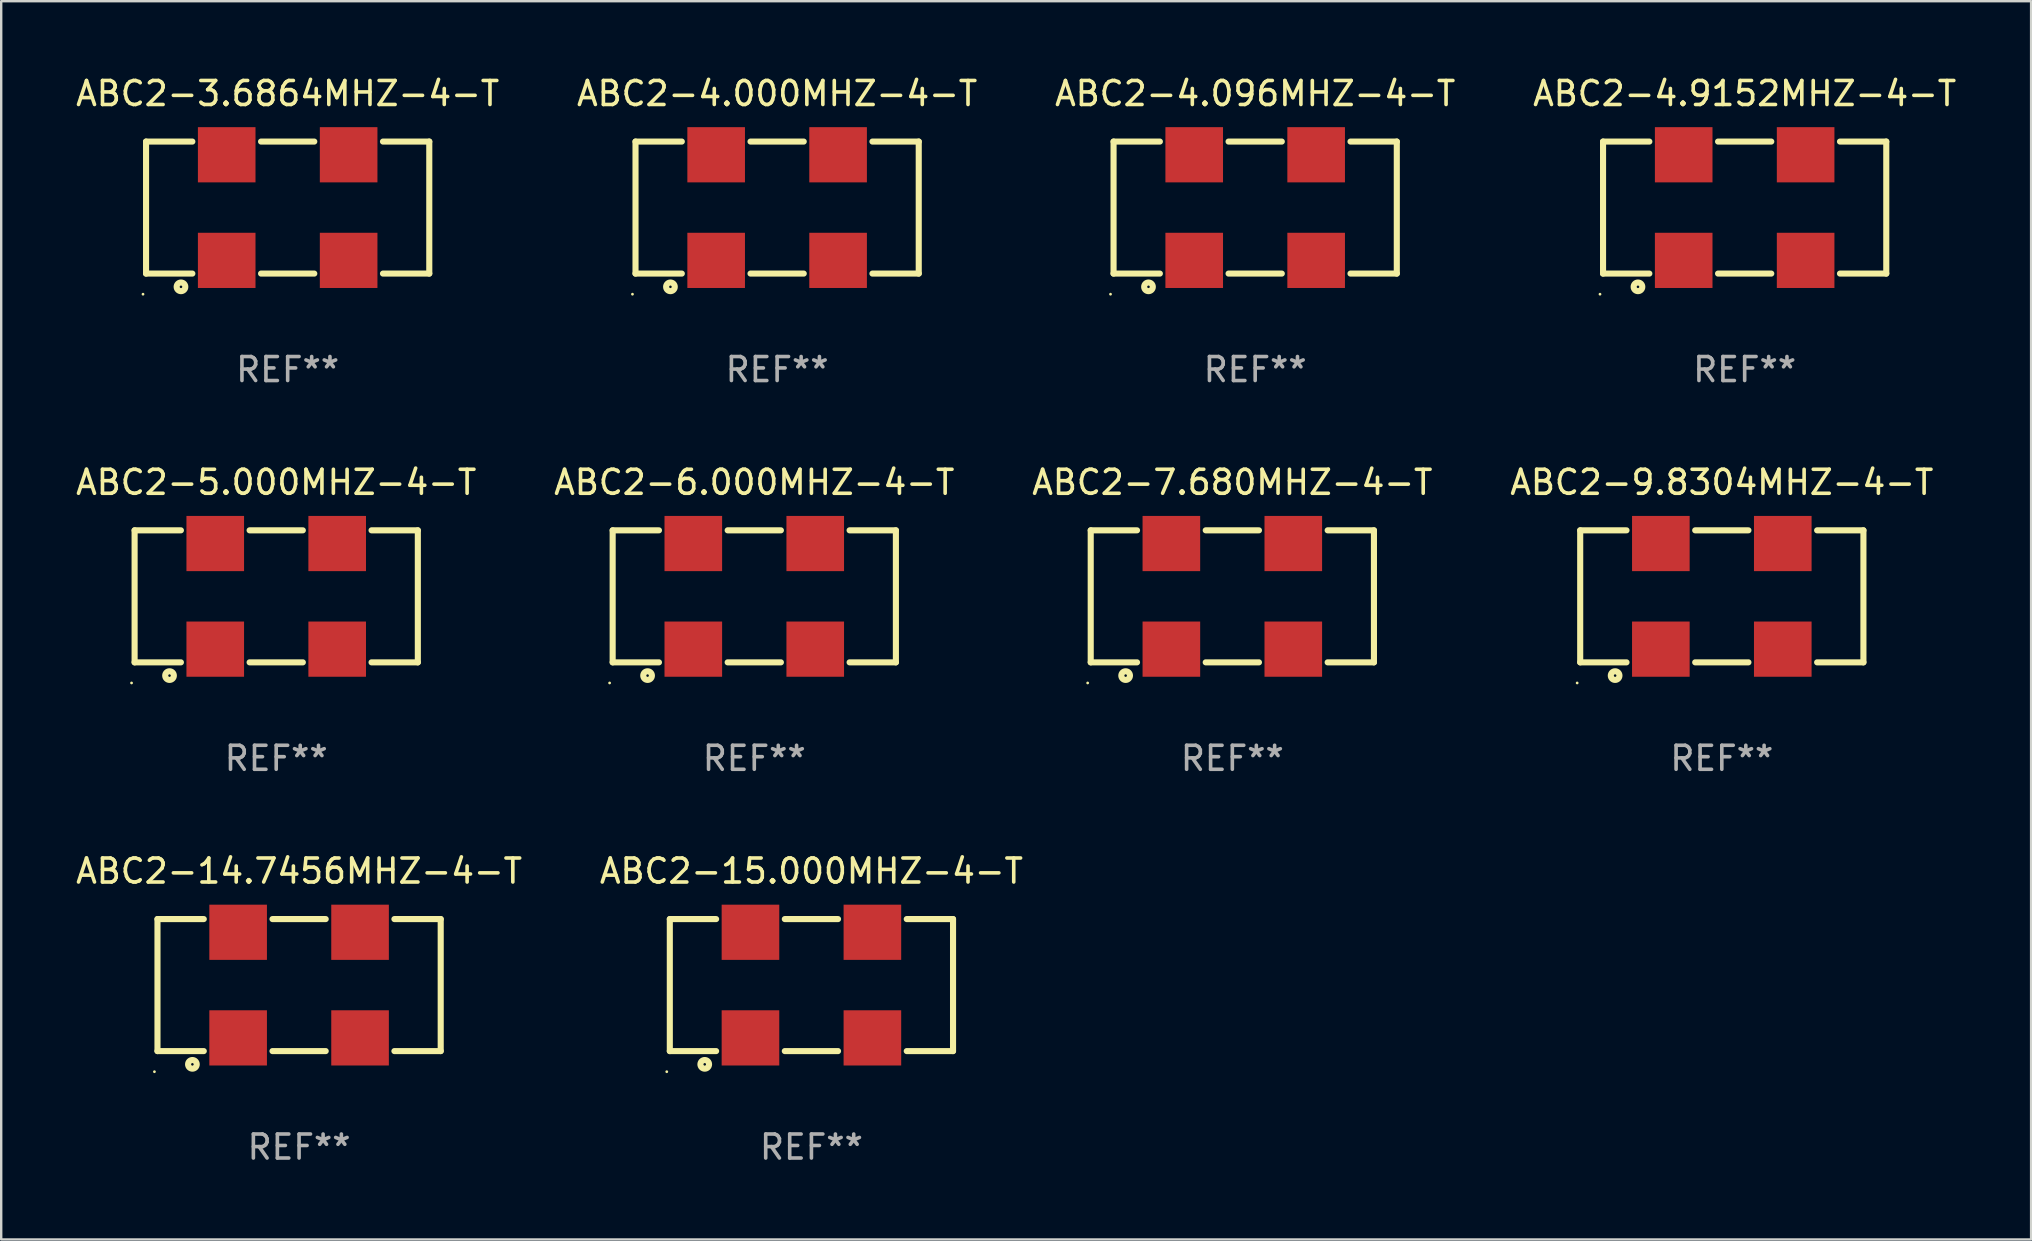
<source format=kicad_pcb>
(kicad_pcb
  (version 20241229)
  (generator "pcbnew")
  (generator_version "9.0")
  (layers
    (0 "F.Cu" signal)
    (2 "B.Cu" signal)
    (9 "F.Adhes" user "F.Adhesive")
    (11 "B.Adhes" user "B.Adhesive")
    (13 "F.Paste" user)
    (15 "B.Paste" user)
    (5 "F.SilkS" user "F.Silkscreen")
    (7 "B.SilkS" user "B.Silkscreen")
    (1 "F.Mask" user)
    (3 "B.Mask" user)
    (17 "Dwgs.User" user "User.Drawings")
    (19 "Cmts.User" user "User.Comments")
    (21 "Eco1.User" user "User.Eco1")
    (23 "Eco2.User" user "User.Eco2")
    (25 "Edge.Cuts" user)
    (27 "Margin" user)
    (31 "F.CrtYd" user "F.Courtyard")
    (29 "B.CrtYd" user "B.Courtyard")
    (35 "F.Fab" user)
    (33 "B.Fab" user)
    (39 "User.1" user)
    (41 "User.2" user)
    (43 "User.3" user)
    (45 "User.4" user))
  (footprint "ABC2-14.7456MHZ-4-T"
    (layer "F.Cu")
    (at 9.411 37.991)
    (property "Reference" "ABC2-14.7456MHZ-4-T" (at 0 -4.75 0) (layer "F.SilkS") (effects (font (size 1 1) (thickness 0.15))))
    (attr through_hole)
    (fp_line (start -5.9 -2.75) (end -5.9 2.75) (stroke (width 0.254) (type solid)) (layer "F.SilkS"))
    (fp_line (start -5.9 -2.75) (end -3.971 -2.75) (stroke (width 0.254) (type solid)) (layer "F.SilkS"))
    (fp_line (start -5.9 2.75) (end -3.971 2.75) (stroke (width 0.254) (type solid)) (layer "F.SilkS"))
    (fp_line (start -1.109 -2.75) (end 1.109 -2.75) (stroke (width 0.254) (type solid)) (layer "F.SilkS"))
    (fp_line (start -1.109 2.75) (end 1.109 2.75) (stroke (width 0.254) (type solid)) (layer "F.SilkS"))
    (fp_line (start 3.971 -2.75) (end 5.9 -2.75) (stroke (width 0.254) (type solid)) (layer "F.SilkS"))
    (fp_line (start 3.971 2.75) (end 5.9 2.75) (stroke (width 0.254) (type solid)) (layer "F.SilkS"))
    (fp_line (start 5.9 -2.75) (end 5.9 2.75) (stroke (width 0.254) (type solid)) (layer "F.SilkS"))
    (fp_circle (center -6.027 3.609) (end -5.997 3.609) (stroke (width 0.06) (type solid)) (fill no) (layer "F.SilkS"))
    (fp_circle (center -4.445 3.302) (end -4.265 3.302) (stroke (width 0.254) (type solid)) (fill no) (layer "F.SilkS"))
    (fp_text user "REF**" (at 0 6.75 0) (layer "F.Fab") (effects (font (size 1 1) (thickness 0.15))))
    (pad "1" smd rect (at -2.54 2.2) (size 2.4 2.3) (layers "F.Cu" "F.Mask" "F.Paste"))
    (pad "2" smd rect (at 2.54 2.2) (size 2.4 2.3) (layers "F.Cu" "F.Mask" "F.Paste"))
    (pad "3" smd rect (at 2.54 -2.2) (size 2.4 2.3) (layers "F.Cu" "F.Mask" "F.Paste"))
    (pad "4" smd rect (at -2.54 -2.2) (size 2.4 2.3) (layers "F.Cu" "F.Mask" "F.Paste")))
  (footprint "ABC2-15.000MHZ-4-T"
    (layer "F.Cu")
    (at 30.756 37.991)
    (property "Reference" "ABC2-15.000MHZ-4-T" (at 0 -4.75 0) (layer "F.SilkS") (effects (font (size 1 1) (thickness 0.15))))
    (attr through_hole)
    (fp_line (start -5.9 -2.75) (end -5.9 2.75) (stroke (width 0.254) (type solid)) (layer "F.SilkS"))
    (fp_line (start -5.9 -2.75) (end -3.971 -2.75) (stroke (width 0.254) (type solid)) (layer "F.SilkS"))
    (fp_line (start -5.9 2.75) (end -3.971 2.75) (stroke (width 0.254) (type solid)) (layer "F.SilkS"))
    (fp_line (start -1.109 -2.75) (end 1.109 -2.75) (stroke (width 0.254) (type solid)) (layer "F.SilkS"))
    (fp_line (start -1.109 2.75) (end 1.109 2.75) (stroke (width 0.254) (type solid)) (layer "F.SilkS"))
    (fp_line (start 3.971 -2.75) (end 5.9 -2.75) (stroke (width 0.254) (type solid)) (layer "F.SilkS"))
    (fp_line (start 3.971 2.75) (end 5.9 2.75) (stroke (width 0.254) (type solid)) (layer "F.SilkS"))
    (fp_line (start 5.9 -2.75) (end 5.9 2.75) (stroke (width 0.254) (type solid)) (layer "F.SilkS"))
    (fp_circle (center -6.027 3.609) (end -5.997 3.609) (stroke (width 0.06) (type solid)) (fill no) (layer "F.SilkS"))
    (fp_circle (center -4.445 3.302) (end -4.265 3.302) (stroke (width 0.254) (type solid)) (fill no) (layer "F.SilkS"))
    (fp_text user "REF**" (at 0 6.75 0) (layer "F.Fab") (effects (font (size 1 1) (thickness 0.15))))
    (pad "1" smd rect (at -2.54 2.2) (size 2.4 2.3) (layers "F.Cu" "F.Mask" "F.Paste"))
    (pad "2" smd rect (at 2.54 2.2) (size 2.4 2.3) (layers "F.Cu" "F.Mask" "F.Paste"))
    (pad "3" smd rect (at 2.54 -2.2) (size 2.4 2.3) (layers "F.Cu" "F.Mask" "F.Paste"))
    (pad "4" smd rect (at -2.54 -2.2) (size 2.4 2.3) (layers "F.Cu" "F.Mask" "F.Paste")))
  (footprint "ABC2-9.8304MHZ-4-T"
    (layer "F.Cu")
    (at 68.685 21.795)
    (property "Reference" "ABC2-9.8304MHZ-4-T" (at 0 -4.75 0) (layer "F.SilkS") (effects (font (size 1 1) (thickness 0.15))))
    (attr through_hole)
    (fp_line (start -5.9 -2.75) (end -5.9 2.75) (stroke (width 0.254) (type solid)) (layer "F.SilkS"))
    (fp_line (start -5.9 -2.75) (end -3.971 -2.75) (stroke (width 0.254) (type solid)) (layer "F.SilkS"))
    (fp_line (start -5.9 2.75) (end -3.971 2.75) (stroke (width 0.254) (type solid)) (layer "F.SilkS"))
    (fp_line (start -1.109 -2.75) (end 1.109 -2.75) (stroke (width 0.254) (type solid)) (layer "F.SilkS"))
    (fp_line (start -1.109 2.75) (end 1.109 2.75) (stroke (width 0.254) (type solid)) (layer "F.SilkS"))
    (fp_line (start 3.971 -2.75) (end 5.9 -2.75) (stroke (width 0.254) (type solid)) (layer "F.SilkS"))
    (fp_line (start 3.971 2.75) (end 5.9 2.75) (stroke (width 0.254) (type solid)) (layer "F.SilkS"))
    (fp_line (start 5.9 -2.75) (end 5.9 2.75) (stroke (width 0.254) (type solid)) (layer "F.SilkS"))
    (fp_circle (center -6.027 3.609) (end -5.997 3.609) (stroke (width 0.06) (type solid)) (fill no) (layer "F.SilkS"))
    (fp_circle (center -4.445 3.302) (end -4.265 3.302) (stroke (width 0.254) (type solid)) (fill no) (layer "F.SilkS"))
    (fp_text user "REF**" (at 0 6.75 0) (layer "F.Fab") (effects (font (size 1 1) (thickness 0.15))))
    (pad "1" smd rect (at -2.54 2.2) (size 2.4 2.3) (layers "F.Cu" "F.Mask" "F.Paste"))
    (pad "2" smd rect (at 2.54 2.2) (size 2.4 2.3) (layers "F.Cu" "F.Mask" "F.Paste"))
    (pad "3" smd rect (at 2.54 -2.2) (size 2.4 2.3) (layers "F.Cu" "F.Mask" "F.Paste"))
    (pad "4" smd rect (at -2.54 -2.2) (size 2.4 2.3) (layers "F.Cu" "F.Mask" "F.Paste")))
  (footprint "ABC2-7.680MHZ-4-T"
    (layer "F.Cu")
    (at 48.292 21.795)
    (property "Reference" "ABC2-7.680MHZ-4-T" (at 0 -4.75 0) (layer "F.SilkS") (effects (font (size 1 1) (thickness 0.15))))
    (attr through_hole)
    (fp_line (start -5.9 -2.75) (end -5.9 2.75) (stroke (width 0.254) (type solid)) (layer "F.SilkS"))
    (fp_line (start -5.9 -2.75) (end -3.971 -2.75) (stroke (width 0.254) (type solid)) (layer "F.SilkS"))
    (fp_line (start -5.9 2.75) (end -3.971 2.75) (stroke (width 0.254) (type solid)) (layer "F.SilkS"))
    (fp_line (start -1.109 -2.75) (end 1.109 -2.75) (stroke (width 0.254) (type solid)) (layer "F.SilkS"))
    (fp_line (start -1.109 2.75) (end 1.109 2.75) (stroke (width 0.254) (type solid)) (layer "F.SilkS"))
    (fp_line (start 3.971 -2.75) (end 5.9 -2.75) (stroke (width 0.254) (type solid)) (layer "F.SilkS"))
    (fp_line (start 3.971 2.75) (end 5.9 2.75) (stroke (width 0.254) (type solid)) (layer "F.SilkS"))
    (fp_line (start 5.9 -2.75) (end 5.9 2.75) (stroke (width 0.254) (type solid)) (layer "F.SilkS"))
    (fp_circle (center -6.027 3.609) (end -5.997 3.609) (stroke (width 0.06) (type solid)) (fill no) (layer "F.SilkS"))
    (fp_circle (center -4.445 3.302) (end -4.265 3.302) (stroke (width 0.254) (type solid)) (fill no) (layer "F.SilkS"))
    (fp_text user "REF**" (at 0 6.75 0) (layer "F.Fab") (effects (font (size 1 1) (thickness 0.15))))
    (pad "1" smd rect (at -2.54 2.2) (size 2.4 2.3) (layers "F.Cu" "F.Mask" "F.Paste"))
    (pad "2" smd rect (at 2.54 2.2) (size 2.4 2.3) (layers "F.Cu" "F.Mask" "F.Paste"))
    (pad "3" smd rect (at 2.54 -2.2) (size 2.4 2.3) (layers "F.Cu" "F.Mask" "F.Paste"))
    (pad "4" smd rect (at -2.54 -2.2) (size 2.4 2.3) (layers "F.Cu" "F.Mask" "F.Paste")))
  (footprint "ABC2-5.000MHZ-4-T"
    (layer "F.Cu")
    (at 8.458 21.795)
    (property "Reference" "ABC2-5.000MHZ-4-T" (at 0 -4.75 0) (layer "F.SilkS") (effects (font (size 1 1) (thickness 0.15))))
    (attr through_hole)
    (fp_line (start -5.9 -2.75) (end -5.9 2.75) (stroke (width 0.254) (type solid)) (layer "F.SilkS"))
    (fp_line (start -5.9 -2.75) (end -3.971 -2.75) (stroke (width 0.254) (type solid)) (layer "F.SilkS"))
    (fp_line (start -5.9 2.75) (end -3.971 2.75) (stroke (width 0.254) (type solid)) (layer "F.SilkS"))
    (fp_line (start -1.109 -2.75) (end 1.109 -2.75) (stroke (width 0.254) (type solid)) (layer "F.SilkS"))
    (fp_line (start -1.109 2.75) (end 1.109 2.75) (stroke (width 0.254) (type solid)) (layer "F.SilkS"))
    (fp_line (start 3.971 -2.75) (end 5.9 -2.75) (stroke (width 0.254) (type solid)) (layer "F.SilkS"))
    (fp_line (start 3.971 2.75) (end 5.9 2.75) (stroke (width 0.254) (type solid)) (layer "F.SilkS"))
    (fp_line (start 5.9 -2.75) (end 5.9 2.75) (stroke (width 0.254) (type solid)) (layer "F.SilkS"))
    (fp_circle (center -6.027 3.609) (end -5.997 3.609) (stroke (width 0.06) (type solid)) (fill no) (layer "F.SilkS"))
    (fp_circle (center -4.445 3.302) (end -4.265 3.302) (stroke (width 0.254) (type solid)) (fill no) (layer "F.SilkS"))
    (fp_text user "REF**" (at 0 6.75 0) (layer "F.Fab") (effects (font (size 1 1) (thickness 0.15))))
    (pad "1" smd rect (at -2.54 2.2) (size 2.4 2.3) (layers "F.Cu" "F.Mask" "F.Paste"))
    (pad "2" smd rect (at 2.54 2.2) (size 2.4 2.3) (layers "F.Cu" "F.Mask" "F.Paste"))
    (pad "3" smd rect (at 2.54 -2.2) (size 2.4 2.3) (layers "F.Cu" "F.Mask" "F.Paste"))
    (pad "4" smd rect (at -2.54 -2.2) (size 2.4 2.3) (layers "F.Cu" "F.Mask" "F.Paste")))
  (footprint "ABC2-6.000MHZ-4-T"
    (layer "F.Cu")
    (at 28.375 21.795)
    (property "Reference" "ABC2-6.000MHZ-4-T" (at 0 -4.75 0) (layer "F.SilkS") (effects (font (size 1 1) (thickness 0.15))))
    (attr through_hole)
    (fp_line (start -5.9 -2.75) (end -5.9 2.75) (stroke (width 0.254) (type solid)) (layer "F.SilkS"))
    (fp_line (start -5.9 -2.75) (end -3.971 -2.75) (stroke (width 0.254) (type solid)) (layer "F.SilkS"))
    (fp_line (start -5.9 2.75) (end -3.971 2.75) (stroke (width 0.254) (type solid)) (layer "F.SilkS"))
    (fp_line (start -1.109 -2.75) (end 1.109 -2.75) (stroke (width 0.254) (type solid)) (layer "F.SilkS"))
    (fp_line (start -1.109 2.75) (end 1.109 2.75) (stroke (width 0.254) (type solid)) (layer "F.SilkS"))
    (fp_line (start 3.971 -2.75) (end 5.9 -2.75) (stroke (width 0.254) (type solid)) (layer "F.SilkS"))
    (fp_line (start 3.971 2.75) (end 5.9 2.75) (stroke (width 0.254) (type solid)) (layer "F.SilkS"))
    (fp_line (start 5.9 -2.75) (end 5.9 2.75) (stroke (width 0.254) (type solid)) (layer "F.SilkS"))
    (fp_circle (center -6.027 3.609) (end -5.997 3.609) (stroke (width 0.06) (type solid)) (fill no) (layer "F.SilkS"))
    (fp_circle (center -4.445 3.302) (end -4.265 3.302) (stroke (width 0.254) (type solid)) (fill no) (layer "F.SilkS"))
    (fp_text user "REF**" (at 0 6.75 0) (layer "F.Fab") (effects (font (size 1 1) (thickness 0.15))))
    (pad "1" smd rect (at -2.54 2.2) (size 2.4 2.3) (layers "F.Cu" "F.Mask" "F.Paste"))
    (pad "2" smd rect (at 2.54 2.2) (size 2.4 2.3) (layers "F.Cu" "F.Mask" "F.Paste"))
    (pad "3" smd rect (at 2.54 -2.2) (size 2.4 2.3) (layers "F.Cu" "F.Mask" "F.Paste"))
    (pad "4" smd rect (at -2.54 -2.2) (size 2.4 2.3) (layers "F.Cu" "F.Mask" "F.Paste")))
  (footprint "ABC2-4.000MHZ-4-T"
    (layer "F.Cu")
    (at 29.327 5.598)
    (property "Reference" "ABC2-4.000MHZ-4-T" (at 0 -4.75 0) (layer "F.SilkS") (effects (font (size 1 1) (thickness 0.15))))
    (attr through_hole)
    (fp_line (start -5.9 -2.75) (end -5.9 2.75) (stroke (width 0.254) (type solid)) (layer "F.SilkS"))
    (fp_line (start -5.9 -2.75) (end -3.971 -2.75) (stroke (width 0.254) (type solid)) (layer "F.SilkS"))
    (fp_line (start -5.9 2.75) (end -3.971 2.75) (stroke (width 0.254) (type solid)) (layer "F.SilkS"))
    (fp_line (start -1.109 -2.75) (end 1.109 -2.75) (stroke (width 0.254) (type solid)) (layer "F.SilkS"))
    (fp_line (start -1.109 2.75) (end 1.109 2.75) (stroke (width 0.254) (type solid)) (layer "F.SilkS"))
    (fp_line (start 3.971 -2.75) (end 5.9 -2.75) (stroke (width 0.254) (type solid)) (layer "F.SilkS"))
    (fp_line (start 3.971 2.75) (end 5.9 2.75) (stroke (width 0.254) (type solid)) (layer "F.SilkS"))
    (fp_line (start 5.9 -2.75) (end 5.9 2.75) (stroke (width 0.254) (type solid)) (layer "F.SilkS"))
    (fp_circle (center -6.027 3.609) (end -5.997 3.609) (stroke (width 0.06) (type solid)) (fill no) (layer "F.SilkS"))
    (fp_circle (center -4.445 3.302) (end -4.265 3.302) (stroke (width 0.254) (type solid)) (fill no) (layer "F.SilkS"))
    (fp_text user "REF**" (at 0 6.75 0) (layer "F.Fab") (effects (font (size 1 1) (thickness 0.15))))
    (pad "1" smd rect (at -2.54 2.2) (size 2.4 2.3) (layers "F.Cu" "F.Mask" "F.Paste"))
    (pad "2" smd rect (at 2.54 2.2) (size 2.4 2.3) (layers "F.Cu" "F.Mask" "F.Paste"))
    (pad "3" smd rect (at 2.54 -2.2) (size 2.4 2.3) (layers "F.Cu" "F.Mask" "F.Paste"))
    (pad "4" smd rect (at -2.54 -2.2) (size 2.4 2.3) (layers "F.Cu" "F.Mask" "F.Paste")))
  (footprint "ABC2-4.096MHZ-4-T"
    (layer "F.Cu")
    (at 49.244 5.598)
    (property "Reference" "ABC2-4.096MHZ-4-T" (at 0 -4.75 0) (layer "F.SilkS") (effects (font (size 1 1) (thickness 0.15))))
    (attr through_hole)
    (fp_line (start -5.9 -2.75) (end -5.9 2.75) (stroke (width 0.254) (type solid)) (layer "F.SilkS"))
    (fp_line (start -5.9 -2.75) (end -3.971 -2.75) (stroke (width 0.254) (type solid)) (layer "F.SilkS"))
    (fp_line (start -5.9 2.75) (end -3.971 2.75) (stroke (width 0.254) (type solid)) (layer "F.SilkS"))
    (fp_line (start -1.109 -2.75) (end 1.109 -2.75) (stroke (width 0.254) (type solid)) (layer "F.SilkS"))
    (fp_line (start -1.109 2.75) (end 1.109 2.75) (stroke (width 0.254) (type solid)) (layer "F.SilkS"))
    (fp_line (start 3.971 -2.75) (end 5.9 -2.75) (stroke (width 0.254) (type solid)) (layer "F.SilkS"))
    (fp_line (start 3.971 2.75) (end 5.9 2.75) (stroke (width 0.254) (type solid)) (layer "F.SilkS"))
    (fp_line (start 5.9 -2.75) (end 5.9 2.75) (stroke (width 0.254) (type solid)) (layer "F.SilkS"))
    (fp_circle (center -6.027 3.609) (end -5.997 3.609) (stroke (width 0.06) (type solid)) (fill no) (layer "F.SilkS"))
    (fp_circle (center -4.445 3.302) (end -4.265 3.302) (stroke (width 0.254) (type solid)) (fill no) (layer "F.SilkS"))
    (fp_text user "REF**" (at 0 6.75 0) (layer "F.Fab") (effects (font (size 1 1) (thickness 0.15))))
    (pad "1" smd rect (at -2.54 2.2) (size 2.4 2.3) (layers "F.Cu" "F.Mask" "F.Paste"))
    (pad "2" smd rect (at 2.54 2.2) (size 2.4 2.3) (layers "F.Cu" "F.Mask" "F.Paste"))
    (pad "3" smd rect (at 2.54 -2.2) (size 2.4 2.3) (layers "F.Cu" "F.Mask" "F.Paste"))
    (pad "4" smd rect (at -2.54 -2.2) (size 2.4 2.3) (layers "F.Cu" "F.Mask" "F.Paste")))
  (footprint "ABC2-3.6864MHZ-4-T"
    (layer "F.Cu")
    (at 8.935 5.598)
    (property "Reference" "ABC2-3.6864MHZ-4-T" (at 0 -4.75 0) (layer "F.SilkS") (effects (font (size 1 1) (thickness 0.15))))
    (attr through_hole)
    (fp_line (start -5.9 -2.75) (end -5.9 2.75) (stroke (width 0.254) (type solid)) (layer "F.SilkS"))
    (fp_line (start -5.9 -2.75) (end -3.971 -2.75) (stroke (width 0.254) (type solid)) (layer "F.SilkS"))
    (fp_line (start -5.9 2.75) (end -3.971 2.75) (stroke (width 0.254) (type solid)) (layer "F.SilkS"))
    (fp_line (start -1.109 -2.75) (end 1.109 -2.75) (stroke (width 0.254) (type solid)) (layer "F.SilkS"))
    (fp_line (start -1.109 2.75) (end 1.109 2.75) (stroke (width 0.254) (type solid)) (layer "F.SilkS"))
    (fp_line (start 3.971 -2.75) (end 5.9 -2.75) (stroke (width 0.254) (type solid)) (layer "F.SilkS"))
    (fp_line (start 3.971 2.75) (end 5.9 2.75) (stroke (width 0.254) (type solid)) (layer "F.SilkS"))
    (fp_line (start 5.9 -2.75) (end 5.9 2.75) (stroke (width 0.254) (type solid)) (layer "F.SilkS"))
    (fp_circle (center -6.027 3.609) (end -5.997 3.609) (stroke (width 0.06) (type solid)) (fill no) (layer "F.SilkS"))
    (fp_circle (center -4.445 3.302) (end -4.265 3.302) (stroke (width 0.254) (type solid)) (fill no) (layer "F.SilkS"))
    (fp_text user "REF**" (at 0 6.75 0) (layer "F.Fab") (effects (font (size 1 1) (thickness 0.15))))
    (pad "1" smd rect (at -2.54 2.2) (size 2.4 2.3) (layers "F.Cu" "F.Mask" "F.Paste"))
    (pad "2" smd rect (at 2.54 2.2) (size 2.4 2.3) (layers "F.Cu" "F.Mask" "F.Paste"))
    (pad "3" smd rect (at 2.54 -2.2) (size 2.4 2.3) (layers "F.Cu" "F.Mask" "F.Paste"))
    (pad "4" smd rect (at -2.54 -2.2) (size 2.4 2.3) (layers "F.Cu" "F.Mask" "F.Paste")))
  (footprint "ABC2-4.9152MHZ-4-T"
    (layer "F.Cu")
    (at 69.637 5.598)
    (property "Reference" "ABC2-4.9152MHZ-4-T" (at 0 -4.75 0) (layer "F.SilkS") (effects (font (size 1 1) (thickness 0.15))))
    (attr through_hole)
    (fp_line (start -5.9 -2.75) (end -5.9 2.75) (stroke (width 0.254) (type solid)) (layer "F.SilkS"))
    (fp_line (start -5.9 -2.75) (end -3.971 -2.75) (stroke (width 0.254) (type solid)) (layer "F.SilkS"))
    (fp_line (start -5.9 2.75) (end -3.971 2.75) (stroke (width 0.254) (type solid)) (layer "F.SilkS"))
    (fp_line (start -1.109 -2.75) (end 1.109 -2.75) (stroke (width 0.254) (type solid)) (layer "F.SilkS"))
    (fp_line (start -1.109 2.75) (end 1.109 2.75) (stroke (width 0.254) (type solid)) (layer "F.SilkS"))
    (fp_line (start 3.971 -2.75) (end 5.9 -2.75) (stroke (width 0.254) (type solid)) (layer "F.SilkS"))
    (fp_line (start 3.971 2.75) (end 5.9 2.75) (stroke (width 0.254) (type solid)) (layer "F.SilkS"))
    (fp_line (start 5.9 -2.75) (end 5.9 2.75) (stroke (width 0.254) (type solid)) (layer "F.SilkS"))
    (fp_circle (center -6.027 3.609) (end -5.997 3.609) (stroke (width 0.06) (type solid)) (fill no) (layer "F.SilkS"))
    (fp_circle (center -4.445 3.302) (end -4.265 3.302) (stroke (width 0.254) (type solid)) (fill no) (layer "F.SilkS"))
    (fp_text user "REF**" (at 0 6.75 0) (layer "F.Fab") (effects (font (size 1 1) (thickness 0.15))))
    (pad "1" smd rect (at -2.54 2.2) (size 2.4 2.3) (layers "F.Cu" "F.Mask" "F.Paste"))
    (pad "2" smd rect (at 2.54 2.2) (size 2.4 2.3) (layers "F.Cu" "F.Mask" "F.Paste"))
    (pad "3" smd rect (at 2.54 -2.2) (size 2.4 2.3) (layers "F.Cu" "F.Mask" "F.Paste"))
    (pad "4" smd rect (at -2.54 -2.2) (size 2.4 2.3) (layers "F.Cu" "F.Mask" "F.Paste")))
  (gr_rect
    (start -3 -3)
    (end 81.571 48.59)
    (stroke (width 0.1) (type default))
    (fill no)
    (layer "Edge.Cuts")))
</source>
